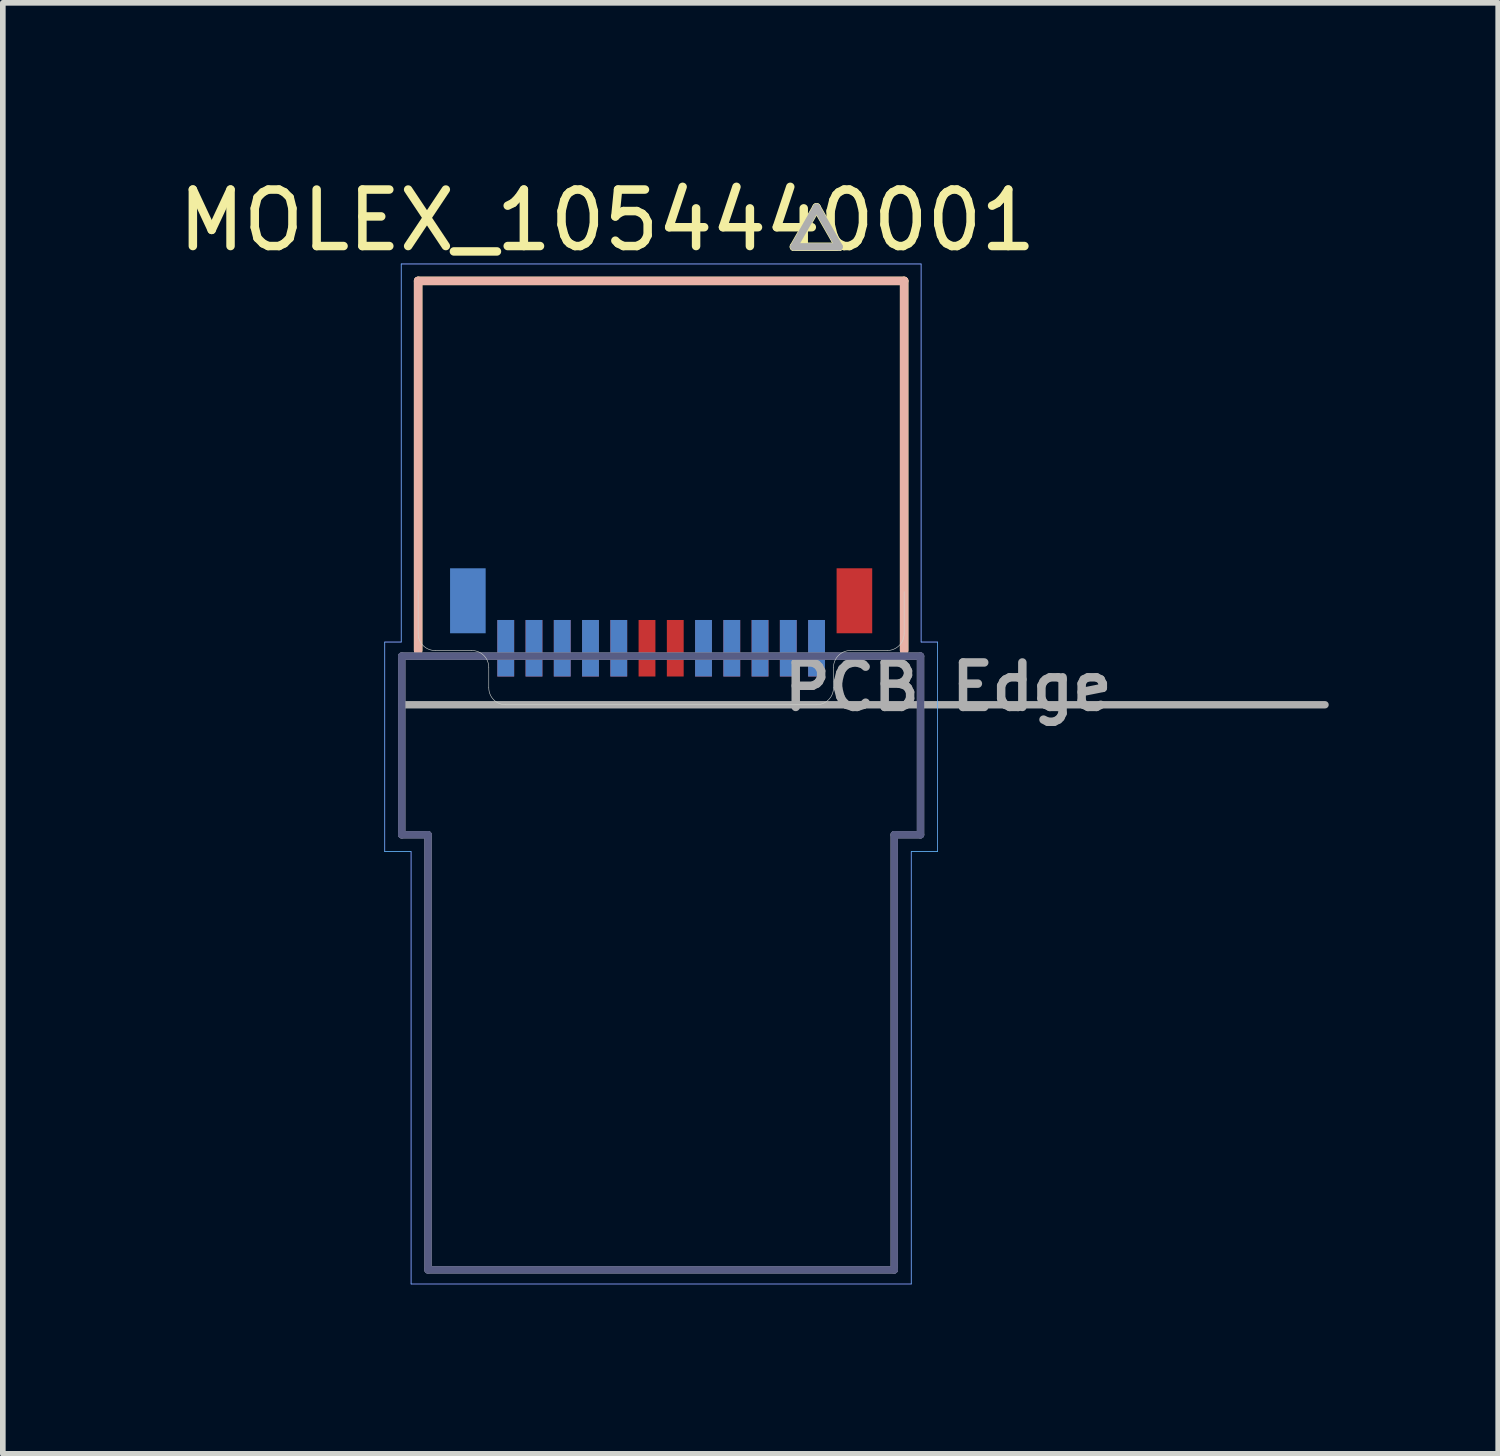
<source format=kicad_pcb>
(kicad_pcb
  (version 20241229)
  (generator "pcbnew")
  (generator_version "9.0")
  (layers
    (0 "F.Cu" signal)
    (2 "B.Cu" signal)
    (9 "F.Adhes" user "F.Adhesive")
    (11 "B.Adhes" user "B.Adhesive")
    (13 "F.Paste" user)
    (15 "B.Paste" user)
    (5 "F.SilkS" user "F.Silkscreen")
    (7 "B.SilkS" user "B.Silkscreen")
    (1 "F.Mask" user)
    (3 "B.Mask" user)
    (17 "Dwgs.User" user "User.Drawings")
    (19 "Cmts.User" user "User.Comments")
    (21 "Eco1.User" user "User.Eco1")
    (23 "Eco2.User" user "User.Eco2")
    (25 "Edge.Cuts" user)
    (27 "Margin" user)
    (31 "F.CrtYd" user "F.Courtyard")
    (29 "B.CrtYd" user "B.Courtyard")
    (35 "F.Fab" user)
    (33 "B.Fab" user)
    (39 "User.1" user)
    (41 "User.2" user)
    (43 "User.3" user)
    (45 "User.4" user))
  (footprint "MOLEX_1054440001"
    (layer "F.Cu")
    (at 8.649 9.421)
    (property "Reference" "MOLEX_1054440001" (at -0.953 -8.572 0) (layer "F.SilkS") (effects (font (size 1 1) (thickness 0.15))))
    (attr smd)
    (fp_poly (pts (xy -2.962 -1.563) (xy -2.538 -1.563) (xy -2.538 -0.436) (xy -2.962 -0.436)) (stroke (width 0.01) (type solid)) (fill yes) (layer "F.Mask"))
    (fp_poly (pts (xy -2.462 -1.563) (xy -2.038 -1.563) (xy -2.038 -0.436) (xy -2.462 -0.436)) (stroke (width 0.01) (type solid)) (fill yes) (layer "F.Mask"))
    (fp_poly (pts (xy -1.962 -1.563) (xy -1.538 -1.563) (xy -1.538 -0.436) (xy -1.962 -0.436)) (stroke (width 0.01) (type solid)) (fill yes) (layer "F.Mask"))
    (fp_poly (pts (xy -1.462 -1.563) (xy -1.038 -1.563) (xy -1.038 -0.436) (xy -1.462 -0.436)) (stroke (width 0.01) (type solid)) (fill yes) (layer "F.Mask"))
    (fp_poly (pts (xy -0.963 -1.563) (xy -0.537 -1.563) (xy -0.537 -0.436) (xy -0.963 -0.436)) (stroke (width 0.01) (type solid)) (fill yes) (layer "F.Mask"))
    (fp_poly (pts (xy -0.463 -1.563) (xy -0.037 -1.563) (xy -0.037 -0.436) (xy -0.463 -0.436)) (stroke (width 0.01) (type solid)) (fill yes) (layer "F.Mask"))
    (fp_poly (pts (xy 0.037 -1.563) (xy 0.463 -1.563) (xy 0.463 -0.436) (xy 0.037 -0.436)) (stroke (width 0.01) (type solid)) (fill yes) (layer "F.Mask"))
    (fp_poly (pts (xy 0.537 -1.563) (xy 0.963 -1.563) (xy 0.963 -0.436) (xy 0.537 -0.436)) (stroke (width 0.01) (type solid)) (fill yes) (layer "F.Mask"))
    (fp_poly (pts (xy 1.038 -1.563) (xy 1.462 -1.563) (xy 1.462 -0.436) (xy 1.038 -0.436)) (stroke (width 0.01) (type solid)) (fill yes) (layer "F.Mask"))
    (fp_poly (pts (xy 1.538 -1.563) (xy 1.962 -1.563) (xy 1.962 -0.436) (xy 1.538 -0.436)) (stroke (width 0.01) (type solid)) (fill yes) (layer "F.Mask"))
    (fp_poly (pts (xy 2.038 -1.563) (xy 2.462 -1.563) (xy 2.462 -0.436) (xy 2.038 -0.436)) (stroke (width 0.01) (type solid)) (fill yes) (layer "F.Mask"))
    (fp_poly (pts (xy 2.538 -1.563) (xy 2.962 -1.563) (xy 2.962 -0.436) (xy 2.538 -0.436)) (stroke (width 0.01) (type solid)) (fill yes) (layer "F.Mask"))
    (fp_poly (pts (xy 3.042 -2.478) (xy 3.799 -2.478) (xy 3.799 -1.202) (xy 3.042 -1.202)) (stroke (width 0.01) (type solid)) (fill yes) (layer "F.Mask"))
    (fp_poly (pts (xy -3.799 -2.478) (xy -3.042 -2.478) (xy -3.042 -1.202) (xy -3.799 -1.202)) (stroke (width 0.01) (type solid)) (fill yes) (layer "B.Mask"))
    (fp_poly (pts (xy -2.962 -1.563) (xy -2.538 -1.563) (xy -2.538 -0.436) (xy -2.962 -0.436)) (stroke (width 0.01) (type solid)) (fill yes) (layer "B.Mask"))
    (fp_poly (pts (xy -2.462 -1.563) (xy -2.038 -1.563) (xy -2.038 -0.436) (xy -2.462 -0.436)) (stroke (width 0.01) (type solid)) (fill yes) (layer "B.Mask"))
    (fp_poly (pts (xy -1.962 -1.563) (xy -1.538 -1.563) (xy -1.538 -0.436) (xy -1.962 -0.436)) (stroke (width 0.01) (type solid)) (fill yes) (layer "B.Mask"))
    (fp_poly (pts (xy -1.462 -1.563) (xy -1.038 -1.563) (xy -1.038 -0.436) (xy -1.462 -0.436)) (stroke (width 0.01) (type solid)) (fill yes) (layer "B.Mask"))
    (fp_poly (pts (xy -0.963 -1.563) (xy -0.537 -1.563) (xy -0.537 -0.436) (xy -0.963 -0.436)) (stroke (width 0.01) (type solid)) (fill yes) (layer "B.Mask"))
    (fp_poly (pts (xy 0.537 -1.563) (xy 0.963 -1.563) (xy 0.963 -0.436) (xy 0.537 -0.436)) (stroke (width 0.01) (type solid)) (fill yes) (layer "B.Mask"))
    (fp_poly (pts (xy 1.038 -1.563) (xy 1.462 -1.563) (xy 1.462 -0.436) (xy 1.038 -0.436)) (stroke (width 0.01) (type solid)) (fill yes) (layer "B.Mask"))
    (fp_poly (pts (xy 1.538 -1.563) (xy 1.962 -1.563) (xy 1.962 -0.436) (xy 1.538 -0.436)) (stroke (width 0.01) (type solid)) (fill yes) (layer "B.Mask"))
    (fp_poly (pts (xy 2.038 -1.563) (xy 2.462 -1.563) (xy 2.462 -0.436) (xy 2.038 -0.436)) (stroke (width 0.01) (type solid)) (fill yes) (layer "B.Mask"))
    (fp_poly (pts (xy 2.538 -1.563) (xy 2.962 -1.563) (xy 2.962 -0.436) (xy 2.538 -0.436)) (stroke (width 0.01) (type solid)) (fill yes) (layer "B.Mask"))
    (fp_line (start -4.3 -7.5) (end -4.3 -0.96) (stroke (width 0.15) (type solid)) (layer "F.SilkS"))
    (fp_line (start 2.35 -8.104) (end 3.15 -8.104) (stroke (width 0.15) (type solid)) (layer "F.SilkS"))
    (fp_line (start 2.75 -8.803) (end 2.35 -8.104) (stroke (width 0.15) (type solid)) (layer "F.SilkS"))
    (fp_line (start 3.15 -8.104) (end 2.75 -8.803) (stroke (width 0.15) (type solid)) (layer "F.SilkS"))
    (fp_line (start 4.3 -7.5) (end -4.3 -7.5) (stroke (width 0.15) (type solid)) (layer "F.SilkS"))
    (fp_line (start 4.3 -0.96) (end 4.3 -7.5) (stroke (width 0.15) (type solid)) (layer "F.SilkS"))
    (fp_line (start -4.3 -7.5) (end -4.3 -0.96) (stroke (width 0.15) (type solid)) (layer "B.SilkS"))
    (fp_line (start 4.3 -7.5) (end -4.3 -7.5) (stroke (width 0.15) (type solid)) (layer "B.SilkS"))
    (fp_line (start 4.3 -0.96) (end 4.3 -7.5) (stroke (width 0.15) (type solid)) (layer "B.SilkS"))
    (fp_line (start -4.3 -1.26) (end -4.3 -2.025) (stroke (width 0.01) (type solid)) (layer "Edge.Cuts"))
    (fp_line (start -3.35 -0.96) (end -4 -0.96) (stroke (width 0.01) (type solid)) (layer "Edge.Cuts"))
    (fp_line (start -3.05 -0.3) (end -3.05 -0.66) (stroke (width 0.01) (type solid)) (layer "Edge.Cuts"))
    (fp_line (start 2.75 0) (end -2.75 0) (stroke (width 0.01) (type solid)) (layer "Edge.Cuts"))
    (fp_line (start 3.05 -0.66) (end 3.05 -0.3) (stroke (width 0.01) (type solid)) (layer "Edge.Cuts"))
    (fp_line (start 4 -0.96) (end 3.35 -0.96) (stroke (width 0.01) (type solid)) (layer "Edge.Cuts"))
    (fp_line (start 4.3 -2) (end 4.3 -1.26) (stroke (width 0.01) (type solid)) (layer "Edge.Cuts"))
    (fp_arc (start -4 -0.96) (mid -4.212132 -1.047868) (end -4.3 -1.26) (stroke (width 0.01) (type solid)) (layer "Edge.Cuts"))
    (fp_arc (start -3.35 -0.96) (mid -3.137868 -0.872132) (end -3.05 -0.66) (stroke (width 0.01) (type solid)) (layer "Edge.Cuts"))
    (fp_arc (start -2.75 0) (mid -2.962132 -0.087868) (end -3.05 -0.3) (stroke (width 0.01) (type solid)) (layer "Edge.Cuts"))
    (fp_arc (start 3.05 -0.66) (mid 3.137868 -0.872132) (end 3.35 -0.96) (stroke (width 0.01) (type solid)) (layer "Edge.Cuts"))
    (fp_arc (start 3.05 -0.3) (mid 2.962132 -0.087868) (end 2.75 0) (stroke (width 0.01) (type solid)) (layer "Edge.Cuts"))
    (fp_arc (start 4.3 -1.26) (mid 4.212132 -1.047868) (end 4 -0.96) (stroke (width 0.01) (type solid)) (layer "Edge.Cuts"))
    (fp_line (start -4.89 -1.11) (end -4.6 -1.11) (stroke (width 0.01) (type solid)) (layer "B.CrtYd"))
    (fp_line (start -4.89 2.6) (end -4.89 -1.11) (stroke (width 0.01) (type solid)) (layer "B.CrtYd"))
    (fp_line (start -4.6 -7.8) (end 4.6 -7.8) (stroke (width 0.01) (type solid)) (layer "B.CrtYd"))
    (fp_line (start -4.6 -1.11) (end -4.6 -7.8) (stroke (width 0.01) (type solid)) (layer "B.CrtYd"))
    (fp_line (start -4.425 2.6) (end -4.89 2.6) (stroke (width 0.01) (type solid)) (layer "B.CrtYd"))
    (fp_line (start -4.425 10.25) (end -4.425 2.6) (stroke (width 0.01) (type solid)) (layer "B.CrtYd"))
    (fp_line (start 4.425 2.6) (end 4.425 10.25) (stroke (width 0.01) (type solid)) (layer "B.CrtYd"))
    (fp_line (start 4.425 10.25) (end -4.425 10.25) (stroke (width 0.01) (type solid)) (layer "B.CrtYd"))
    (fp_line (start 4.6 -7.8) (end 4.6 -1.11) (stroke (width 0.01) (type solid)) (layer "B.CrtYd"))
    (fp_line (start 4.6 -1.11) (end 4.89 -1.11) (stroke (width 0.01) (type solid)) (layer "B.CrtYd"))
    (fp_line (start 4.89 -1.11) (end 4.89 2.6) (stroke (width 0.01) (type solid)) (layer "B.CrtYd"))
    (fp_line (start 4.89 2.6) (end 4.425 2.6) (stroke (width 0.01) (type solid)) (layer "B.CrtYd"))
    (fp_line (start -4.89 -1.11) (end -4.6 -1.11) (stroke (width 0.01) (type solid)) (layer "F.CrtYd"))
    (fp_line (start -4.89 2.6) (end -4.89 -1.11) (stroke (width 0.01) (type solid)) (layer "F.CrtYd"))
    (fp_line (start -4.6 -7.8) (end 4.6 -7.8) (stroke (width 0.01) (type solid)) (layer "F.CrtYd"))
    (fp_line (start -4.6 -1.11) (end -4.6 -7.8) (stroke (width 0.01) (type solid)) (layer "F.CrtYd"))
    (fp_line (start -4.425 2.6) (end -4.89 2.6) (stroke (width 0.01) (type solid)) (layer "F.CrtYd"))
    (fp_line (start -4.425 10.25) (end -4.425 2.6) (stroke (width 0.01) (type solid)) (layer "F.CrtYd"))
    (fp_line (start 4.425 2.6) (end 4.425 10.25) (stroke (width 0.01) (type solid)) (layer "F.CrtYd"))
    (fp_line (start 4.425 10.25) (end -4.425 10.25) (stroke (width 0.01) (type solid)) (layer "F.CrtYd"))
    (fp_line (start 4.6 -7.8) (end 4.6 -1.11) (stroke (width 0.01) (type solid)) (layer "F.CrtYd"))
    (fp_line (start 4.6 -1.11) (end 4.89 -1.11) (stroke (width 0.01) (type solid)) (layer "F.CrtYd"))
    (fp_line (start 4.89 -1.11) (end 4.89 2.6) (stroke (width 0.01) (type solid)) (layer "F.CrtYd"))
    (fp_line (start 4.89 2.6) (end 4.425 2.6) (stroke (width 0.01) (type solid)) (layer "F.CrtYd"))
    (fp_line (start -4.59 -0.86) (end -4.59 2.3) (stroke (width 0.13) (type solid)) (layer "B.Fab"))
    (fp_line (start -4.59 2.3) (end -4.125 2.3) (stroke (width 0.13) (type solid)) (layer "B.Fab"))
    (fp_line (start -4.125 2.3) (end -4.125 10) (stroke (width 0.13) (type solid)) (layer "B.Fab"))
    (fp_line (start -4.125 10) (end 4.125 10) (stroke (width 0.13) (type solid)) (layer "B.Fab"))
    (fp_line (start 4.125 2.3) (end 4.125 10) (stroke (width 0.13) (type solid)) (layer "B.Fab"))
    (fp_line (start 4.59 -0.86) (end -4.59 -0.86) (stroke (width 0.13) (type solid)) (layer "B.Fab"))
    (fp_line (start 4.59 2.3) (end 4.125 2.3) (stroke (width 0.13) (type solid)) (layer "B.Fab"))
    (fp_line (start 4.59 2.3) (end 4.59 -0.86) (stroke (width 0.13) (type solid)) (layer "B.Fab"))
    (fp_line (start -4.59 -0.86) (end -4.59 0) (stroke (width 0.13) (type solid)) (layer "F.Fab"))
    (fp_line (start -4.59 0) (end -4.59 2.3) (stroke (width 0.13) (type solid)) (layer "F.Fab"))
    (fp_line (start -4.59 0) (end 11.748 0) (stroke (width 0.13) (type solid)) (layer "F.Fab"))
    (fp_line (start -4.59 2.3) (end -4.125 2.3) (stroke (width 0.13) (type solid)) (layer "F.Fab"))
    (fp_line (start -4.125 2.3) (end -4.125 10) (stroke (width 0.13) (type solid)) (layer "F.Fab"))
    (fp_line (start -4.125 10) (end 4.125 10) (stroke (width 0.13) (type solid)) (layer "F.Fab"))
    (fp_line (start 2.35 -8.104) (end 3.15 -8.104) (stroke (width 0.13) (type solid)) (layer "F.Fab"))
    (fp_line (start 2.75 -8.803) (end 2.35 -8.104) (stroke (width 0.13) (type solid)) (layer "F.Fab"))
    (fp_line (start 3.15 -8.104) (end 2.75 -8.803) (stroke (width 0.13) (type solid)) (layer "F.Fab"))
    (fp_line (start 4.125 2.3) (end 4.125 10) (stroke (width 0.13) (type solid)) (layer "F.Fab"))
    (fp_line (start 4.59 -0.86) (end -4.59 -0.86) (stroke (width 0.13) (type solid)) (layer "F.Fab"))
    (fp_line (start 4.59 2.3) (end 4.125 2.3) (stroke (width 0.13) (type solid)) (layer "F.Fab"))
    (fp_line (start 4.59 2.3) (end 4.59 -0.86) (stroke (width 0.13) (type solid)) (layer "F.Fab"))
    (fp_text user "PCB Edge" (at 5.08 -0.318 0) (layer "F.Fab") (effects (font (size 0.787 0.787) (thickness 0.15))))
    (pad "A1" smd rect (at 2.75 -1) (size 0.298 1) (layers "F.Cu" "F.Paste"))
    (pad "A2" smd rect (at 2.25 -1) (size 0.298 1) (layers "F.Cu" "F.Paste"))
    (pad "A3" smd rect (at 1.75 -1) (size 0.298 1) (layers "F.Cu" "F.Paste"))
    (pad "A4" smd rect (at 1.25 -1) (size 0.298 1) (layers "F.Cu" "F.Paste"))
    (pad "A5" smd rect (at 0.75 -1) (size 0.298 1) (layers "F.Cu" "F.Paste"))
    (pad "A6" smd rect (at 0.25 -1) (size 0.298 1) (layers "F.Cu" "F.Paste"))
    (pad "A7" smd rect (at -0.25 -1) (size 0.298 1) (layers "F.Cu" "F.Paste"))
    (pad "A8" smd rect (at -0.75 -1) (size 0.298 1) (layers "F.Cu" "F.Paste"))
    (pad "A9" smd rect (at -1.25 -1) (size 0.298 1) (layers "F.Cu" "F.Paste"))
    (pad "A10" smd rect (at -1.75 -1) (size 0.298 1) (layers "F.Cu" "F.Paste"))
    (pad "A11" smd rect (at -2.25 -1) (size 0.298 1) (layers "F.Cu" "F.Paste"))
    (pad "A12" smd rect (at -2.75 -1) (size 0.298 1) (layers "F.Cu" "F.Paste"))
    (pad "B1" smd rect (at -2.75 -1) (size 0.298 1) (layers "B.Cu" "B.Paste"))
    (pad "B2" smd rect (at -2.25 -1) (size 0.298 1) (layers "B.Cu" "B.Paste"))
    (pad "B3" smd rect (at -1.75 -1) (size 0.298 1) (layers "B.Cu" "B.Paste"))
    (pad "B4" smd rect (at -1.25 -1) (size 0.298 1) (layers "B.Cu" "B.Paste"))
    (pad "B5" smd rect (at -0.75 -1) (size 0.298 1) (layers "B.Cu" "B.Paste"))
    (pad "B8" smd rect (at 0.75 -1) (size 0.298 1) (layers "B.Cu" "B.Paste"))
    (pad "B9" smd rect (at 1.25 -1) (size 0.298 1) (layers "B.Cu" "B.Paste"))
    (pad "B10" smd rect (at 1.75 -1) (size 0.298 1) (layers "B.Cu" "B.Paste"))
    (pad "B11" smd rect (at 2.25 -1) (size 0.298 1) (layers "B.Cu" "B.Paste"))
    (pad "B12" smd rect (at 2.75 -1) (size 0.298 1) (layers "B.Cu" "B.Paste"))
    (pad "SH1" smd rect (at 3.42 -1.84) (size 0.63 1.15) (layers "F.Cu" "F.Paste"))
    (pad "SH2" smd rect (at -3.42 -1.84) (size 0.63 1.15) (layers "B.Cu" "B.Paste")))
  (gr_rect
    (start -3 -3)
    (end 23.461 22.676)
    (stroke (width 0.1) (type default))
    (fill no)
    (layer "Edge.Cuts")))
</source>
